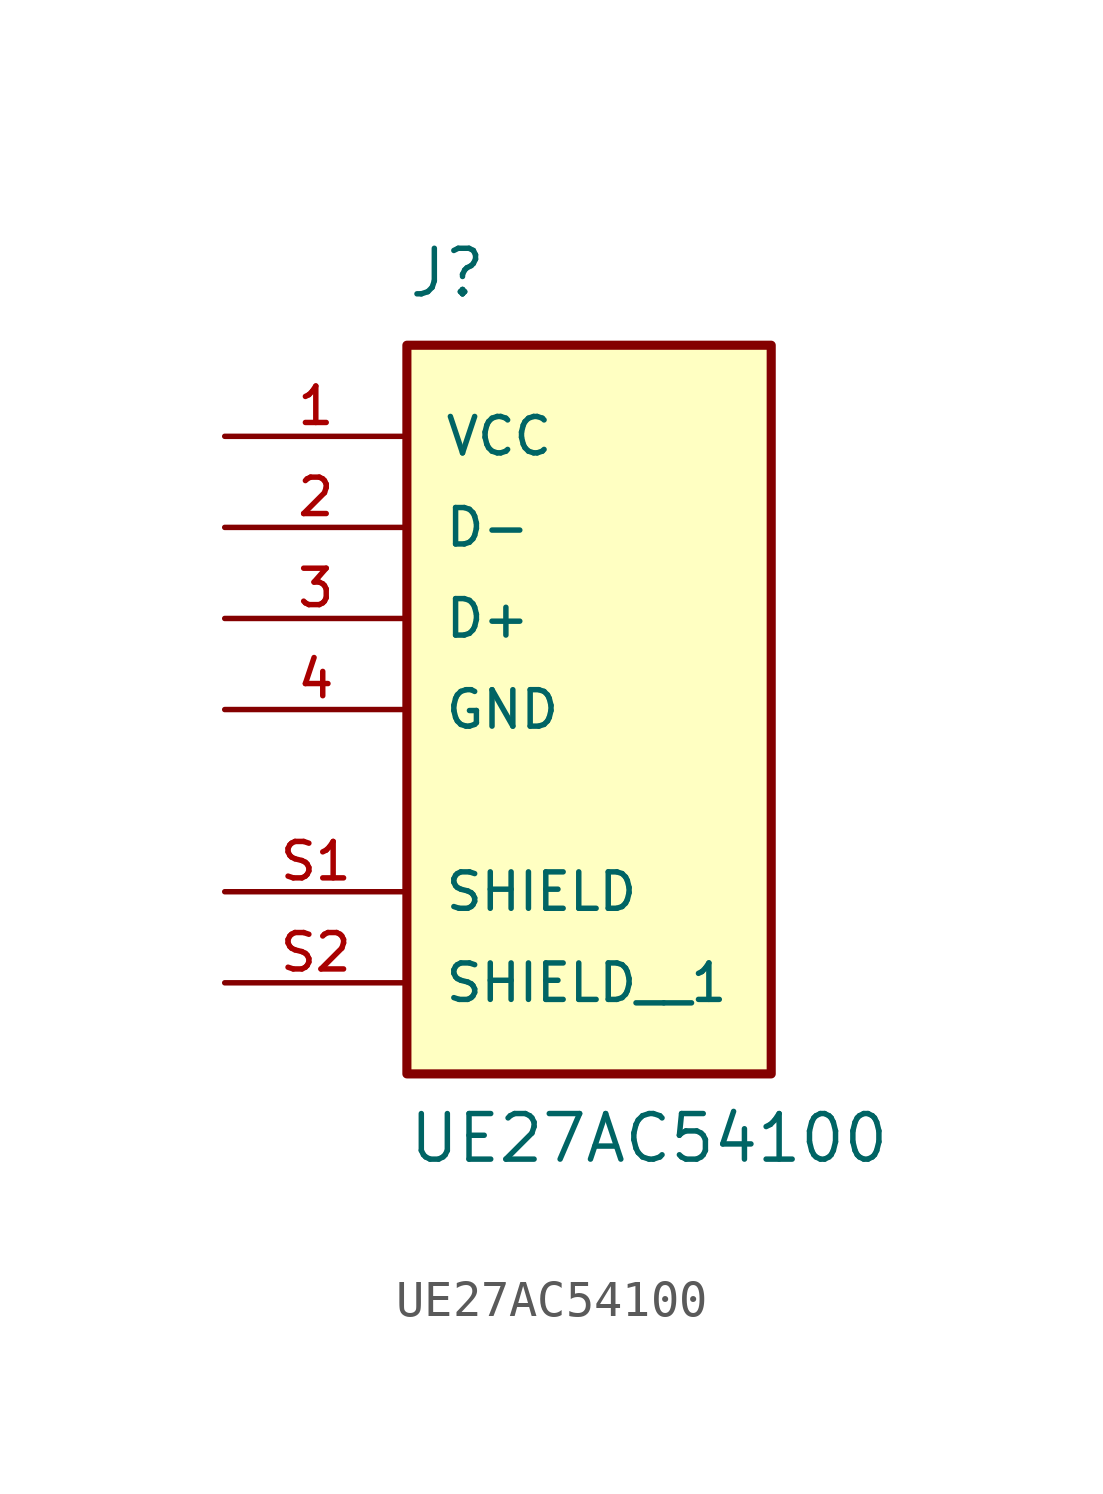
<source format=kicad_sym>
(kicad_symbol_lib
  (version 20231120)
  (generator "kicad_symbol_editor")
  (generator_version "8.0")
  (symbol "UE27AC54100"
    (pin_names
      (offset 1.016))
    (property "Reference" "J"
      (at -5.08 8.89 0)
      (effects (font (size 1.27 1.27)) (justify left bottom)))
    (property "Value" "UE27AC54100"
      (at -5.08 -15.24 0)
      (effects (font (size 1.27 1.27)) (justify left bottom)))
    (symbol "UE27AC54100_0_0"
      (rectangle (start -5.08 -12.7) (end 5.08 7.62) (stroke (width 0.254) (type default)) (fill (type background)))
      (pin power_in line (at -10.16 5.08 0) (length 5.08) (name "VCC" (effects (font (size 1.016 1.016)))) (number "1" (effects (font (size 1.016 1.016)))))
      (pin bidirectional line (at -10.16 2.54 0) (length 5.08) (name "D-" (effects (font (size 1.016 1.016)))) (number "2" (effects (font (size 1.016 1.016)))))
      (pin bidirectional line (at -10.16 0 0) (length 5.08) (name "D+" (effects (font (size 1.016 1.016)))) (number "3" (effects (font (size 1.016 1.016)))))
      (pin power_in line (at -10.16 -2.54 0) (length 5.08) (name "GND" (effects (font (size 1.016 1.016)))) (number "4" (effects (font (size 1.016 1.016)))))
      (pin passive line (at -10.16 -7.62 0) (length 5.08) (name "SHIELD" (effects (font (size 1.016 1.016)))) (number "S1" (effects (font (size 1.016 1.016)))))
      (pin passive line (at -10.16 -10.16 0) (length 5.08) (name "SHIELD__1" (effects (font (size 1.016 1.016)))) (number "S2" (effects (font (size 1.016 1.016))))))))
</source>
